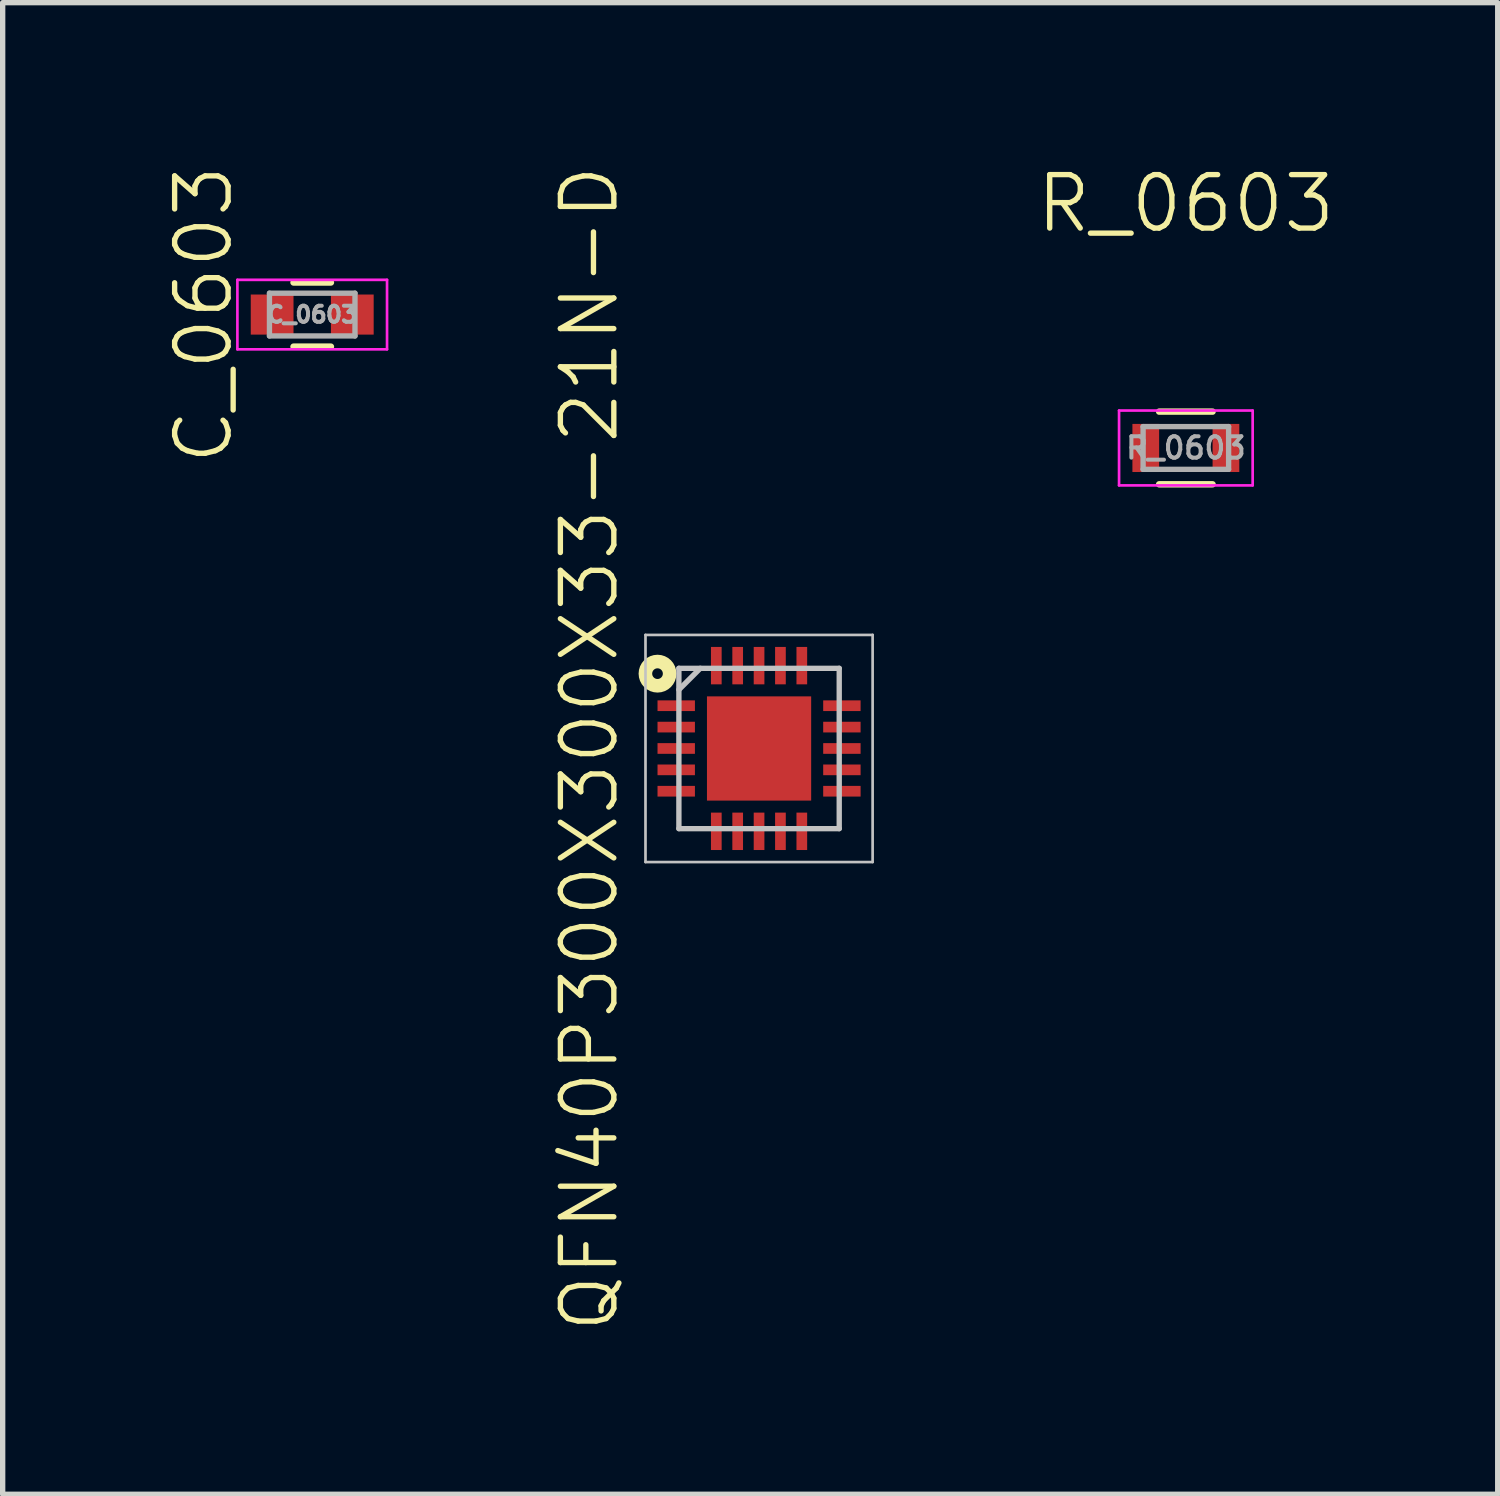
<source format=kicad_pcb>
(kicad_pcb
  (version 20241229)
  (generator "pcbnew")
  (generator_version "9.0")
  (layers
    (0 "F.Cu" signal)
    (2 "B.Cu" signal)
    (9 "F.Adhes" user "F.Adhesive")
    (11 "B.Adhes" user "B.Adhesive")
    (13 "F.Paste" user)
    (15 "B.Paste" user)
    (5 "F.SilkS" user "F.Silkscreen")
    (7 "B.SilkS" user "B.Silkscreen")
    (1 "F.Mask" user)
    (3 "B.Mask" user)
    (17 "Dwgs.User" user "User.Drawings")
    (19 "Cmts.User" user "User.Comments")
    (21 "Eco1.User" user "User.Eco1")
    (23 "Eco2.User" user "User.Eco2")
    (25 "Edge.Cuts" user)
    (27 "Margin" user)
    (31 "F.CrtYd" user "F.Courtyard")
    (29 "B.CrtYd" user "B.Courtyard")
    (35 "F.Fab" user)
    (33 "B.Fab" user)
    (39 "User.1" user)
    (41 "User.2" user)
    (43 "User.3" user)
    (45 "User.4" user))
  (footprint "C_0603"
    (layer "F.Cu")
    (at 2.792 2.836)
    (property "Reference" "C_0603" (at -2.032 0 270) (layer "F.SilkS") (effects (font (size 1 1) (thickness 0.1))))
    (attr smd)
    (fp_line (start -0.35 -0.6) (end 0.35 -0.6) (stroke (width 0.12) (type solid)) (layer "F.SilkS"))
    (fp_line (start 0.35 0.6) (end -0.35 0.6) (stroke (width 0.12) (type solid)) (layer "F.SilkS"))
    (fp_line (start -1.4 -0.65) (end -1.4 0.65) (stroke (width 0.05) (type solid)) (layer "F.CrtYd"))
    (fp_line (start -1.4 -0.65) (end 1.4 -0.65) (stroke (width 0.05) (type solid)) (layer "F.CrtYd"))
    (fp_line (start 1.4 0.65) (end -1.4 0.65) (stroke (width 0.05) (type solid)) (layer "F.CrtYd"))
    (fp_line (start 1.4 0.65) (end 1.4 -0.65) (stroke (width 0.05) (type solid)) (layer "F.CrtYd"))
    (fp_line (start -0.8 -0.4) (end 0.8 -0.4) (stroke (width 0.1) (type solid)) (layer "F.Fab"))
    (fp_line (start -0.8 0.4) (end -0.8 -0.4) (stroke (width 0.1) (type solid)) (layer "F.Fab"))
    (fp_line (start 0.8 -0.4) (end 0.8 0.4) (stroke (width 0.1) (type solid)) (layer "F.Fab"))
    (fp_line (start 0.8 0.4) (end -0.8 0.4) (stroke (width 0.1) (type solid)) (layer "F.Fab"))
    (fp_text user "${REFERENCE}" (at 0 0 180) (layer "F.Fab") (effects (font (size 0.3 0.3) (thickness 0.075))))
    (pad "1" smd rect (at -0.75 0) (size 0.8 0.75) (layers "F.Cu" "F.Mask" "F.Paste"))
    (pad "2" smd rect (at 0.75 0) (size 0.8 0.75) (layers "F.Cu" "F.Mask" "F.Paste")))
  (footprint "R_0603"
    (layer "F.Cu")
    (at 19.139 5.332)
    (property "Reference" "R_0603" (at 0 -4.572 180) (layer "F.SilkS") (effects (font (size 1 1) (thickness 0.1))))
    (attr smd)
    (fp_line (start -0.5 -0.68) (end 0.5 -0.68) (stroke (width 0.12) (type solid)) (layer "F.SilkS"))
    (fp_line (start 0.5 0.68) (end -0.5 0.68) (stroke (width 0.12) (type solid)) (layer "F.SilkS"))
    (fp_line (start -1.25 -0.7) (end -1.25 0.7) (stroke (width 0.05) (type solid)) (layer "F.CrtYd"))
    (fp_line (start -1.25 -0.7) (end 1.25 -0.7) (stroke (width 0.05) (type solid)) (layer "F.CrtYd"))
    (fp_line (start 1.25 0.7) (end -1.25 0.7) (stroke (width 0.05) (type solid)) (layer "F.CrtYd"))
    (fp_line (start 1.25 0.7) (end 1.25 -0.7) (stroke (width 0.05) (type solid)) (layer "F.CrtYd"))
    (fp_line (start -0.8 -0.4) (end 0.8 -0.4) (stroke (width 0.1) (type solid)) (layer "F.Fab"))
    (fp_line (start -0.8 0.4) (end -0.8 -0.4) (stroke (width 0.1) (type solid)) (layer "F.Fab"))
    (fp_line (start 0.8 -0.4) (end 0.8 0.4) (stroke (width 0.1) (type solid)) (layer "F.Fab"))
    (fp_line (start 0.8 0.4) (end -0.8 0.4) (stroke (width 0.1) (type solid)) (layer "F.Fab"))
    (fp_text user "${REFERENCE}" (at 0 0 180) (layer "F.Fab") (effects (font (size 0.4 0.4) (thickness 0.075))))
    (pad "1" smd rect (at -0.75 0) (size 0.5 0.9) (layers "F.Cu" "F.Mask" "F.Paste"))
    (pad "2" smd rect (at 0.75 0) (size 0.5 0.9) (layers "F.Cu" "F.Mask" "F.Paste")))
  (footprint "QFN40P300X300X33-21N-D"
    (layer "F.Cu")
    (at 11.153 10.955)
    (property "Reference" "QFN40P300X300X33-21N-D" (at -3.175 0 90) (layer "F.SilkS") (effects (font (size 1 1) (thickness 0.1))))
    (attr smd)
    (fp_circle (center -1.9 -1.4) (end -1.8 -1.4) (stroke (width 0.254) (type solid)) (fill no) (layer "F.SilkS"))
    (fp_line (start -2.125 -2.125) (end 2.125 -2.125) (stroke (width 0.05) (type solid)) (layer "Dwgs.User"))
    (fp_line (start -2.125 2.125) (end -2.125 -2.125) (stroke (width 0.05) (type solid)) (layer "Dwgs.User"))
    (fp_line (start -1.5 -1.5) (end 1.5 -1.5) (stroke (width 0.1) (type solid)) (layer "Dwgs.User"))
    (fp_line (start -1.5 -1.1) (end -1.1 -1.5) (stroke (width 0.1) (type solid)) (layer "Dwgs.User"))
    (fp_line (start -1.5 1.5) (end -1.5 -1.5) (stroke (width 0.1) (type solid)) (layer "Dwgs.User"))
    (fp_line (start 1.5 -1.5) (end 1.5 1.5) (stroke (width 0.1) (type solid)) (layer "Dwgs.User"))
    (fp_line (start 1.5 1.5) (end -1.5 1.5) (stroke (width 0.1) (type solid)) (layer "Dwgs.User"))
    (fp_line (start 2.125 -2.125) (end 2.125 2.125) (stroke (width 0.05) (type solid)) (layer "Dwgs.User"))
    (fp_line (start 2.125 2.125) (end -2.125 2.125) (stroke (width 0.05) (type solid)) (layer "Dwgs.User"))
    (pad "1" smd rect (at -1.55 -0.8 90) (size 0.2 0.7) (layers "F.Cu" "F.Mask" "F.Paste"))
    (pad "2" smd rect (at -1.55 -0.4 90) (size 0.2 0.7) (layers "F.Cu" "F.Mask" "F.Paste"))
    (pad "3" smd rect (at -1.55 0 90) (size 0.2 0.7) (layers "F.Cu" "F.Mask" "F.Paste"))
    (pad "4" smd rect (at -1.55 0.4 90) (size 0.2 0.7) (layers "F.Cu" "F.Mask" "F.Paste"))
    (pad "5" smd rect (at -1.55 0.8 90) (size 0.2 0.7) (layers "F.Cu" "F.Mask" "F.Paste"))
    (pad "6" smd rect (at -0.8 1.55) (size 0.2 0.7) (layers "F.Cu" "F.Mask" "F.Paste"))
    (pad "7" smd rect (at -0.4 1.55) (size 0.2 0.7) (layers "F.Cu" "F.Mask" "F.Paste"))
    (pad "8" smd rect (at 0 1.55) (size 0.2 0.7) (layers "F.Cu" "F.Mask" "F.Paste"))
    (pad "9" smd rect (at 0.4 1.55) (size 0.2 0.7) (layers "F.Cu" "F.Mask" "F.Paste"))
    (pad "10" smd rect (at 0.8 1.55) (size 0.2 0.7) (layers "F.Cu" "F.Mask" "F.Paste"))
    (pad "11" smd rect (at 1.55 0.8 90) (size 0.2 0.7) (layers "F.Cu" "F.Mask" "F.Paste"))
    (pad "12" smd rect (at 1.55 0.4 90) (size 0.2 0.7) (layers "F.Cu" "F.Mask" "F.Paste"))
    (pad "13" smd rect (at 1.55 0 90) (size 0.2 0.7) (layers "F.Cu" "F.Mask" "F.Paste"))
    (pad "14" smd rect (at 1.55 -0.4 90) (size 0.2 0.7) (layers "F.Cu" "F.Mask" "F.Paste"))
    (pad "15" smd rect (at 1.55 -0.8 90) (size 0.2 0.7) (layers "F.Cu" "F.Mask" "F.Paste"))
    (pad "16" smd rect (at 0.8 -1.55) (size 0.2 0.7) (layers "F.Cu" "F.Mask" "F.Paste"))
    (pad "17" smd rect (at 0.4 -1.55) (size 0.2 0.7) (layers "F.Cu" "F.Mask" "F.Paste"))
    (pad "18" smd rect (at 0 -1.55) (size 0.2 0.7) (layers "F.Cu" "F.Mask" "F.Paste"))
    (pad "19" smd rect (at -0.4 -1.55) (size 0.2 0.7) (layers "F.Cu" "F.Mask" "F.Paste"))
    (pad "20" smd rect (at -0.8 -1.55) (size 0.2 0.7) (layers "F.Cu" "F.Mask" "F.Paste"))
    (pad "21" smd rect (at 0 0) (size 1.95 1.95) (layers "F.Cu" "F.Mask" "F.Paste")))
  (gr_rect
    (start -3 -3)
    (end 24.974 24.91)
    (stroke (width 0.1) (type default))
    (fill no)
    (layer "Edge.Cuts")))
</source>
